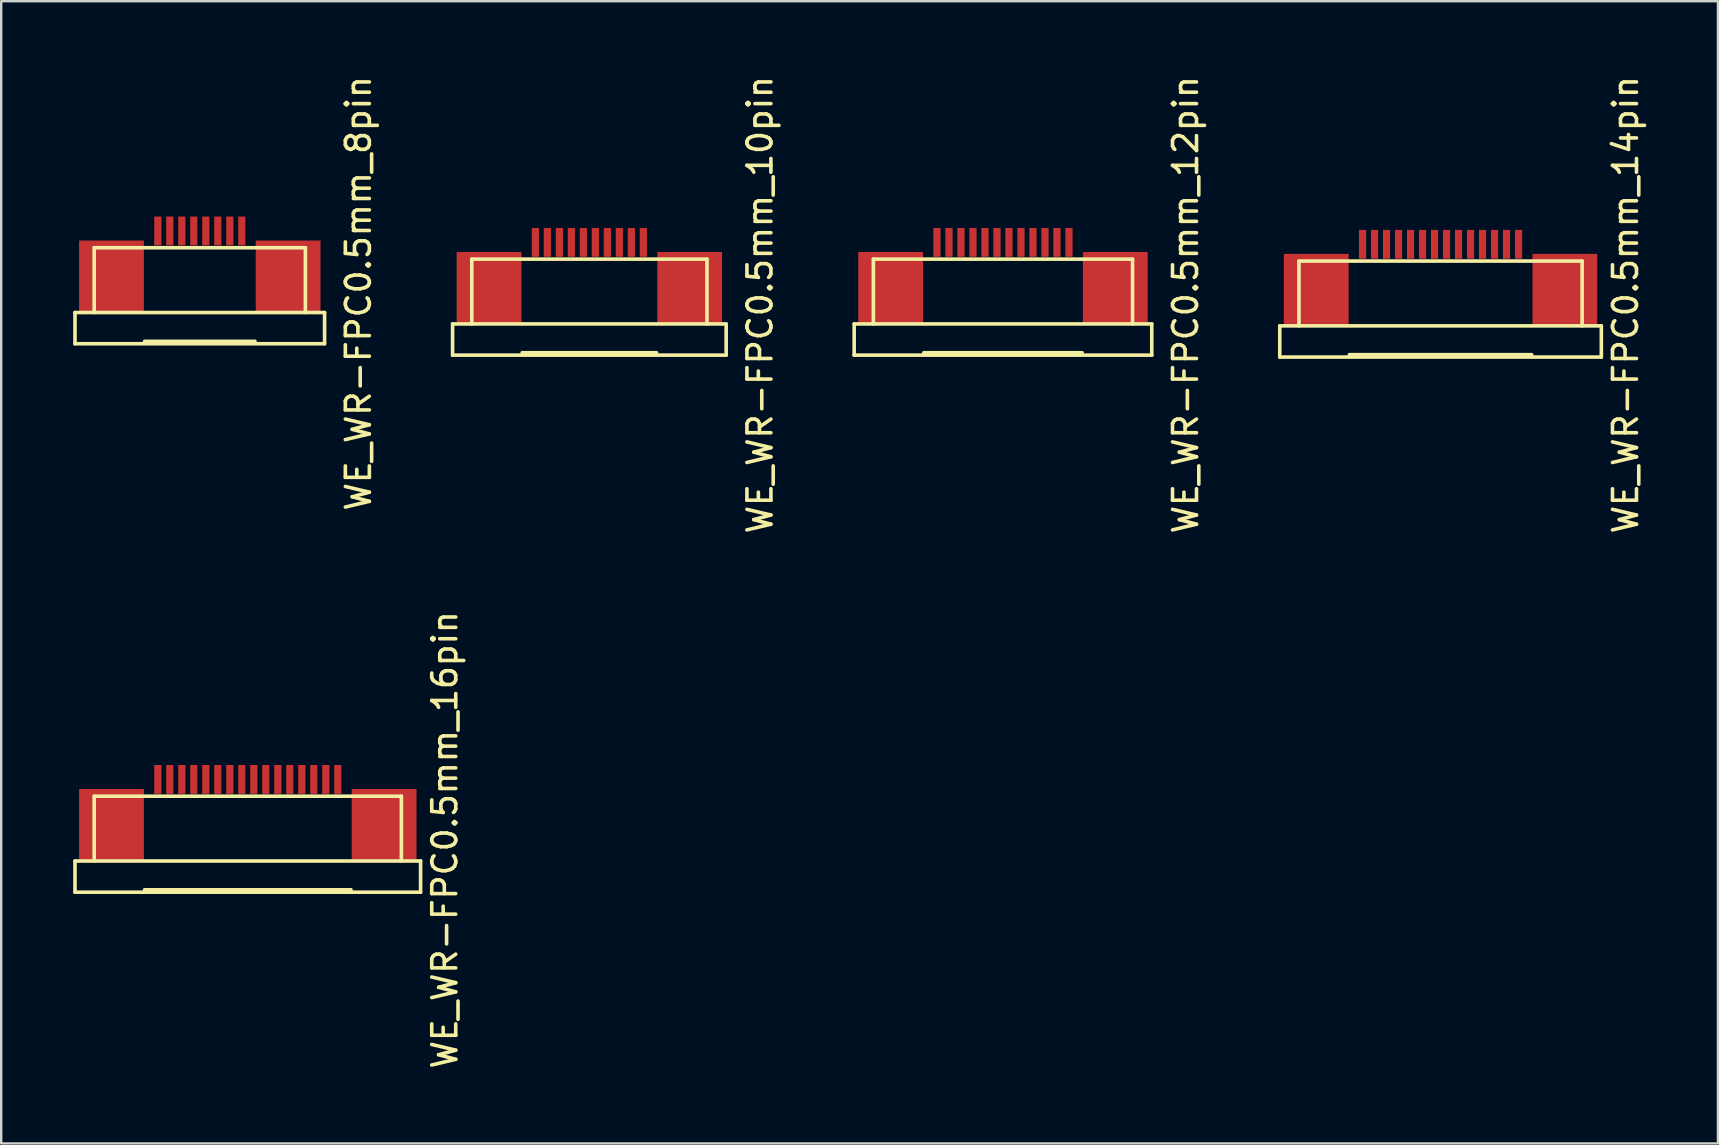
<source format=kicad_pcb>
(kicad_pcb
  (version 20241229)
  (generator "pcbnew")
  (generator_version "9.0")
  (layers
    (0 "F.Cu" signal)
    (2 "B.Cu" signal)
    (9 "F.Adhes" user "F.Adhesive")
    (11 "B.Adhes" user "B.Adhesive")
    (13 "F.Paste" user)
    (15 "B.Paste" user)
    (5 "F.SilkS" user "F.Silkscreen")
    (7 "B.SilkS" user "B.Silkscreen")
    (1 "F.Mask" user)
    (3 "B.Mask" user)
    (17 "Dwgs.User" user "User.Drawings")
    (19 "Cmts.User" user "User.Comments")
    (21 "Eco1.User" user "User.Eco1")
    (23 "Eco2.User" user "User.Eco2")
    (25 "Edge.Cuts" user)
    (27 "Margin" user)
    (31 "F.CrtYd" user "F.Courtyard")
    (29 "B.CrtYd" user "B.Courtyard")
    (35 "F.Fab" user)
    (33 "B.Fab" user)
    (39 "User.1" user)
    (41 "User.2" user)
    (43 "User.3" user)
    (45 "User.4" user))
  (footprint "WE_WR-FPC0.5mm_8pin"
    (layer "F.Cu")
    (at 5.275 6.573)
    (property "Reference" "WE_WR-FPC0.5mm_8pin" (at 6.61 2.6 90) (layer "F.SilkS") (effects (font (size 1 1) (thickness 0.15))))
    (attr through_hole)
    (fp_line (start -5.2 3.4) (end -5.2 4.7) (stroke (width 0.15) (type solid)) (layer "F.SilkS"))
    (fp_line (start -5.2 3.4) (end 5.2 3.4) (stroke (width 0.15) (type solid)) (layer "F.SilkS"))
    (fp_line (start -5.2 4.7) (end 5.2 4.7) (stroke (width 0.15) (type solid)) (layer "F.SilkS"))
    (fp_line (start -4.4 0.7) (end 4.4 0.7) (stroke (width 0.15) (type solid)) (layer "F.SilkS"))
    (fp_line (start -4.4 3.4) (end -4.4 0.7) (stroke (width 0.15) (type solid)) (layer "F.SilkS"))
    (fp_line (start -2.3 4.6) (end 2.3 4.6) (stroke (width 0.15) (type solid)) (layer "F.SilkS"))
    (fp_line (start 4.4 0.7) (end 4.4 3.4) (stroke (width 0.15) (type solid)) (layer "F.SilkS"))
    (fp_line (start 5.2 3.4) (end 5.2 4.7) (stroke (width 0.15) (type solid)) (layer "F.SilkS"))
    (pad "" smd rect (at -3.68 1.9) (size 2.7 3) (layers "F.Cu" "F.Mask" "F.Paste"))
    (pad "" smd rect (at 3.68 1.9) (size 2.7 3) (layers "F.Cu" "F.Mask" "F.Paste"))
    (pad "1" smd rect (at -1.75 0) (size 0.3 1.2) (layers "F.Cu" "F.Mask" "F.Paste"))
    (pad "2" smd rect (at -1.25 0) (size 0.3 1.2) (layers "F.Cu" "F.Mask" "F.Paste"))
    (pad "3" smd rect (at -0.75 0) (size 0.3 1.2) (layers "F.Cu" "F.Mask" "F.Paste"))
    (pad "4" smd rect (at -0.25 0) (size 0.3 1.2) (layers "F.Cu" "F.Mask" "F.Paste"))
    (pad "5" smd rect (at 0.25 0) (size 0.3 1.2) (layers "F.Cu" "F.Mask" "F.Paste"))
    (pad "6" smd rect (at 0.75 0) (size 0.3 1.2) (layers "F.Cu" "F.Mask" "F.Paste"))
    (pad "7" smd rect (at 1.25 0) (size 0.3 1.2) (layers "F.Cu" "F.Mask" "F.Paste"))
    (pad "8" smd rect (at 1.75 0) (size 0.3 1.2) (layers "F.Cu" "F.Mask" "F.Paste")))
  (footprint "WE_WR-FPC0.5mm_10pin"
    (layer "F.Cu")
    (at 21.508 7.049)
    (property "Reference" "WE_WR-FPC0.5mm_10pin" (at 7.11 2.6 90) (layer "F.SilkS") (effects (font (size 1 1) (thickness 0.15))))
    (attr through_hole)
    (fp_line (start -5.7 3.4) (end -5.7 4.7) (stroke (width 0.15) (type solid)) (layer "F.SilkS"))
    (fp_line (start -5.7 3.4) (end 5.7 3.4) (stroke (width 0.15) (type solid)) (layer "F.SilkS"))
    (fp_line (start -5.7 4.7) (end 5.7 4.7) (stroke (width 0.15) (type solid)) (layer "F.SilkS"))
    (fp_line (start -4.9 0.7) (end 4.9 0.7) (stroke (width 0.15) (type solid)) (layer "F.SilkS"))
    (fp_line (start -4.9 3.4) (end -4.9 0.7) (stroke (width 0.15) (type solid)) (layer "F.SilkS"))
    (fp_line (start -2.8 4.6) (end 2.8 4.6) (stroke (width 0.15) (type solid)) (layer "F.SilkS"))
    (fp_line (start 4.9 0.7) (end 4.9 3.4) (stroke (width 0.15) (type solid)) (layer "F.SilkS"))
    (fp_line (start 5.7 3.4) (end 5.7 4.7) (stroke (width 0.15) (type solid)) (layer "F.SilkS"))
    (pad "" smd rect (at -4.18 1.9) (size 2.7 3) (layers "F.Cu" "F.Mask" "F.Paste"))
    (pad "" smd rect (at 4.18 1.9) (size 2.7 3) (layers "F.Cu" "F.Mask" "F.Paste"))
    (pad "1" smd rect (at -2.25 0) (size 0.3 1.2) (layers "F.Cu" "F.Mask" "F.Paste"))
    (pad "2" smd rect (at -1.75 0) (size 0.3 1.2) (layers "F.Cu" "F.Mask" "F.Paste"))
    (pad "3" smd rect (at -1.25 0) (size 0.3 1.2) (layers "F.Cu" "F.Mask" "F.Paste"))
    (pad "4" smd rect (at -0.75 0) (size 0.3 1.2) (layers "F.Cu" "F.Mask" "F.Paste"))
    (pad "5" smd rect (at -0.25 0) (size 0.3 1.2) (layers "F.Cu" "F.Mask" "F.Paste"))
    (pad "6" smd rect (at 0.25 0) (size 0.3 1.2) (layers "F.Cu" "F.Mask" "F.Paste"))
    (pad "7" smd rect (at 0.75 0) (size 0.3 1.2) (layers "F.Cu" "F.Mask" "F.Paste"))
    (pad "8" smd rect (at 1.25 0) (size 0.3 1.2) (layers "F.Cu" "F.Mask" "F.Paste"))
    (pad "9" smd rect (at 1.75 0) (size 0.3 1.2) (layers "F.Cu" "F.Mask" "F.Paste"))
    (pad "10" smd rect (at 2.25 0) (size 0.3 1.2) (layers "F.Cu" "F.Mask" "F.Paste")))
  (footprint "WE_WR-FPC0.5mm_12pin"
    (layer "F.Cu")
    (at 38.742 7.049)
    (property "Reference" "WE_WR-FPC0.5mm_12pin" (at 7.61 2.6 90) (layer "F.SilkS") (effects (font (size 1 1) (thickness 0.15))))
    (attr through_hole)
    (fp_line (start -6.2 3.4) (end -6.2 4.7) (stroke (width 0.15) (type solid)) (layer "F.SilkS"))
    (fp_line (start -6.2 3.4) (end 6.2 3.4) (stroke (width 0.15) (type solid)) (layer "F.SilkS"))
    (fp_line (start -6.2 4.7) (end 6.2 4.7) (stroke (width 0.15) (type solid)) (layer "F.SilkS"))
    (fp_line (start -5.4 0.7) (end 5.4 0.7) (stroke (width 0.15) (type solid)) (layer "F.SilkS"))
    (fp_line (start -5.4 3.4) (end -5.4 0.7) (stroke (width 0.15) (type solid)) (layer "F.SilkS"))
    (fp_line (start -3.3 4.6) (end 3.3 4.6) (stroke (width 0.15) (type solid)) (layer "F.SilkS"))
    (fp_line (start 5.4 0.7) (end 5.4 3.4) (stroke (width 0.15) (type solid)) (layer "F.SilkS"))
    (fp_line (start 6.2 3.4) (end 6.2 4.7) (stroke (width 0.15) (type solid)) (layer "F.SilkS"))
    (pad "" smd rect (at -4.68 1.9) (size 2.7 3) (layers "F.Cu" "F.Mask" "F.Paste"))
    (pad "" smd rect (at 4.68 1.9) (size 2.7 3) (layers "F.Cu" "F.Mask" "F.Paste"))
    (pad "1" smd rect (at -2.75 0) (size 0.3 1.2) (layers "F.Cu" "F.Mask" "F.Paste"))
    (pad "2" smd rect (at -2.25 0) (size 0.3 1.2) (layers "F.Cu" "F.Mask" "F.Paste"))
    (pad "3" smd rect (at -1.75 0) (size 0.3 1.2) (layers "F.Cu" "F.Mask" "F.Paste"))
    (pad "4" smd rect (at -1.25 0) (size 0.3 1.2) (layers "F.Cu" "F.Mask" "F.Paste"))
    (pad "5" smd rect (at -0.75 0) (size 0.3 1.2) (layers "F.Cu" "F.Mask" "F.Paste"))
    (pad "6" smd rect (at -0.25 0) (size 0.3 1.2) (layers "F.Cu" "F.Mask" "F.Paste"))
    (pad "7" smd rect (at 0.25 0) (size 0.3 1.2) (layers "F.Cu" "F.Mask" "F.Paste"))
    (pad "8" smd rect (at 0.75 0) (size 0.3 1.2) (layers "F.Cu" "F.Mask" "F.Paste"))
    (pad "9" smd rect (at 1.25 0) (size 0.3 1.2) (layers "F.Cu" "F.Mask" "F.Paste"))
    (pad "10" smd rect (at 1.75 0) (size 0.3 1.2) (layers "F.Cu" "F.Mask" "F.Paste"))
    (pad "11" smd rect (at 2.25 0) (size 0.3 1.2) (layers "F.Cu" "F.Mask" "F.Paste"))
    (pad "12" smd rect (at 2.75 0) (size 0.3 1.2) (layers "F.Cu" "F.Mask" "F.Paste")))
  (footprint "WE_WR-FPC0.5mm_14pin"
    (layer "F.Cu")
    (at 56.975 7.129)
    (property "Reference" "WE_WR-FPC0.5mm_14pin" (at 7.71 2.52 90) (layer "F.SilkS") (effects (font (size 1 1) (thickness 0.15))))
    (attr through_hole)
    (fp_line (start -6.7 3.4) (end -6.7 4.7) (stroke (width 0.15) (type solid)) (layer "F.SilkS"))
    (fp_line (start -6.7 3.4) (end 6.7 3.4) (stroke (width 0.15) (type solid)) (layer "F.SilkS"))
    (fp_line (start -6.7 4.7) (end 6.7 4.7) (stroke (width 0.15) (type solid)) (layer "F.SilkS"))
    (fp_line (start -5.9 0.7) (end 5.9 0.7) (stroke (width 0.15) (type solid)) (layer "F.SilkS"))
    (fp_line (start -5.9 3.4) (end -5.9 0.7) (stroke (width 0.15) (type solid)) (layer "F.SilkS"))
    (fp_line (start -3.8 4.6) (end 3.8 4.6) (stroke (width 0.15) (type solid)) (layer "F.SilkS"))
    (fp_line (start 5.9 0.7) (end 5.9 3.4) (stroke (width 0.15) (type solid)) (layer "F.SilkS"))
    (fp_line (start 6.7 3.4) (end 6.7 4.7) (stroke (width 0.15) (type solid)) (layer "F.SilkS"))
    (pad "" smd rect (at -5.18 1.9) (size 2.7 3) (layers "F.Cu" "F.Mask" "F.Paste"))
    (pad "" smd rect (at 5.18 1.9) (size 2.7 3) (layers "F.Cu" "F.Mask" "F.Paste"))
    (pad "1" smd rect (at -3.25 0) (size 0.3 1.2) (layers "F.Cu" "F.Mask" "F.Paste"))
    (pad "2" smd rect (at -2.75 0) (size 0.3 1.2) (layers "F.Cu" "F.Mask" "F.Paste"))
    (pad "3" smd rect (at -2.25 0) (size 0.3 1.2) (layers "F.Cu" "F.Mask" "F.Paste"))
    (pad "4" smd rect (at -1.75 0) (size 0.3 1.2) (layers "F.Cu" "F.Mask" "F.Paste"))
    (pad "5" smd rect (at -1.25 0) (size 0.3 1.2) (layers "F.Cu" "F.Mask" "F.Paste"))
    (pad "6" smd rect (at -0.75 0) (size 0.3 1.2) (layers "F.Cu" "F.Mask" "F.Paste"))
    (pad "7" smd rect (at -0.25 0) (size 0.3 1.2) (layers "F.Cu" "F.Mask" "F.Paste"))
    (pad "8" smd rect (at 0.25 0) (size 0.3 1.2) (layers "F.Cu" "F.Mask" "F.Paste"))
    (pad "9" smd rect (at 0.75 0) (size 0.3 1.2) (layers "F.Cu" "F.Mask" "F.Paste"))
    (pad "10" smd rect (at 1.25 0) (size 0.3 1.2) (layers "F.Cu" "F.Mask" "F.Paste"))
    (pad "11" smd rect (at 1.75 0) (size 0.3 1.2) (layers "F.Cu" "F.Mask" "F.Paste"))
    (pad "12" smd rect (at 2.25 0) (size 0.3 1.2) (layers "F.Cu" "F.Mask" "F.Paste"))
    (pad "13" smd rect (at 2.75 0) (size 0.3 1.2) (layers "F.Cu" "F.Mask" "F.Paste"))
    (pad "14" smd rect (at 3.25 0) (size 0.3 1.2) (layers "F.Cu" "F.Mask" "F.Paste")))
  (footprint "WE_WR-FPC0.5mm_16pin"
    (layer "F.Cu")
    (at 7.275 29.426)
    (property "Reference" "WE_WR-FPC0.5mm_16pin" (at 8.21 2.52 90) (layer "F.SilkS") (effects (font (size 1 1) (thickness 0.15))))
    (attr through_hole)
    (fp_line (start -7.2 3.4) (end -7.2 4.7) (stroke (width 0.15) (type solid)) (layer "F.SilkS"))
    (fp_line (start -7.2 3.4) (end 7.2 3.4) (stroke (width 0.15) (type solid)) (layer "F.SilkS"))
    (fp_line (start -7.2 4.7) (end 7.2 4.7) (stroke (width 0.15) (type solid)) (layer "F.SilkS"))
    (fp_line (start -6.4 0.7) (end 6.4 0.7) (stroke (width 0.15) (type solid)) (layer "F.SilkS"))
    (fp_line (start -6.4 3.4) (end -6.4 0.7) (stroke (width 0.15) (type solid)) (layer "F.SilkS"))
    (fp_line (start -4.3 4.6) (end 4.3 4.6) (stroke (width 0.15) (type solid)) (layer "F.SilkS"))
    (fp_line (start 6.4 0.7) (end 6.4 3.4) (stroke (width 0.15) (type solid)) (layer "F.SilkS"))
    (fp_line (start 7.2 3.4) (end 7.2 4.7) (stroke (width 0.15) (type solid)) (layer "F.SilkS"))
    (pad "" smd rect (at -5.68 1.9) (size 2.7 3) (layers "F.Cu" "F.Mask" "F.Paste"))
    (pad "" smd rect (at 5.68 1.9) (size 2.7 3) (layers "F.Cu" "F.Mask" "F.Paste"))
    (pad "1" smd rect (at -3.75 0) (size 0.3 1.2) (layers "F.Cu" "F.Mask" "F.Paste"))
    (pad "2" smd rect (at -3.25 0) (size 0.3 1.2) (layers "F.Cu" "F.Mask" "F.Paste"))
    (pad "3" smd rect (at -2.75 0) (size 0.3 1.2) (layers "F.Cu" "F.Mask" "F.Paste"))
    (pad "4" smd rect (at -2.25 0) (size 0.3 1.2) (layers "F.Cu" "F.Mask" "F.Paste"))
    (pad "5" smd rect (at -1.75 0) (size 0.3 1.2) (layers "F.Cu" "F.Mask" "F.Paste"))
    (pad "6" smd rect (at -1.25 0) (size 0.3 1.2) (layers "F.Cu" "F.Mask" "F.Paste"))
    (pad "7" smd rect (at -0.75 0) (size 0.3 1.2) (layers "F.Cu" "F.Mask" "F.Paste"))
    (pad "8" smd rect (at -0.25 0) (size 0.3 1.2) (layers "F.Cu" "F.Mask" "F.Paste"))
    (pad "9" smd rect (at 0.25 0) (size 0.3 1.2) (layers "F.Cu" "F.Mask" "F.Paste"))
    (pad "10" smd rect (at 0.75 0) (size 0.3 1.2) (layers "F.Cu" "F.Mask" "F.Paste"))
    (pad "11" smd rect (at 1.25 0) (size 0.3 1.2) (layers "F.Cu" "F.Mask" "F.Paste"))
    (pad "12" smd rect (at 1.75 0) (size 0.3 1.2) (layers "F.Cu" "F.Mask" "F.Paste"))
    (pad "13" smd rect (at 2.25 0) (size 0.3 1.2) (layers "F.Cu" "F.Mask" "F.Paste"))
    (pad "14" smd rect (at 2.75 0) (size 0.3 1.2) (layers "F.Cu" "F.Mask" "F.Paste"))
    (pad "15" smd rect (at 3.25 0) (size 0.3 1.2) (layers "F.Cu" "F.Mask" "F.Paste"))
    (pad "16" smd rect (at 3.75 0) (size 0.3 1.2) (layers "F.Cu" "F.Mask" "F.Paste")))
  (gr_rect
    (start -3 -3)
    (end 68.533 44.595)
    (stroke (width 0.1) (type default))
    (fill no)
    (layer "Edge.Cuts")))
</source>
